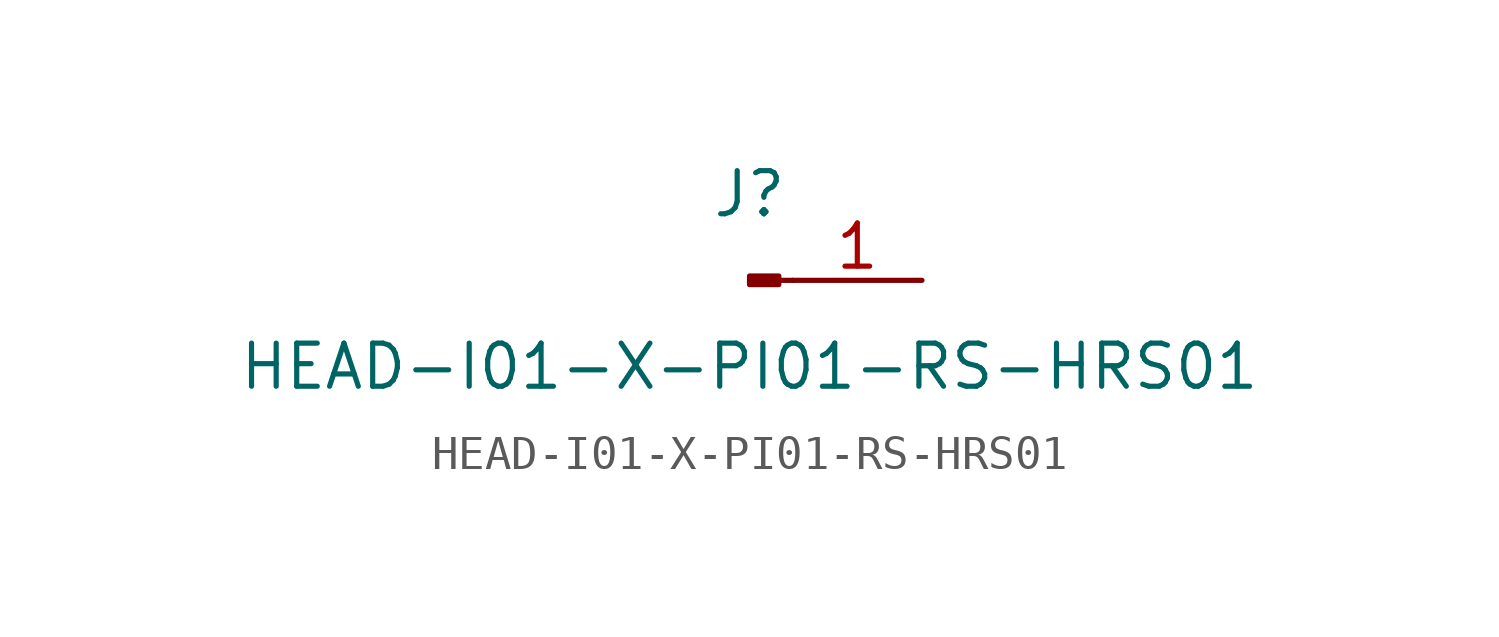
<source format=kicad_sym>
(kicad_symbol_lib
  (version 20211014)
  (generator kicad_symbol_editor)
  (symbol "HEAD-I01-X-PI01-RS-HRS01"
    (pin_names
      (offset 1.016) hide)
    (property "Reference" "J"
      (at 0 2.54 0)
      (effects (font (size 1.27 1.27))))
    (property "Value" "HEAD-I01-X-PI01-RS-HRS01"
      (at 0 -2.54 0)
      (effects (font (size 1.27 1.27))))
    (symbol "HEAD-I01-X-PI01-RS-HRS01_1_1"
      (polyline (pts (xy 1.27 0) (xy 0.864 0)) (stroke (width 0.152) (type default) (color 0 0 0 0)) (fill (type none)))
      (rectangle (start 0.864 0.127) (end 0 -0.127) (stroke (width 0.152) (type default) (color 0 0 0 0)) (fill (type outline)))
      (pin passive line (at 5.08 0 180) (length 3.81) (name "Pin_1" (effects (font (size 1.27 1.27)))) (number "1" (effects (font (size 1.27 1.27))))))))
</source>
